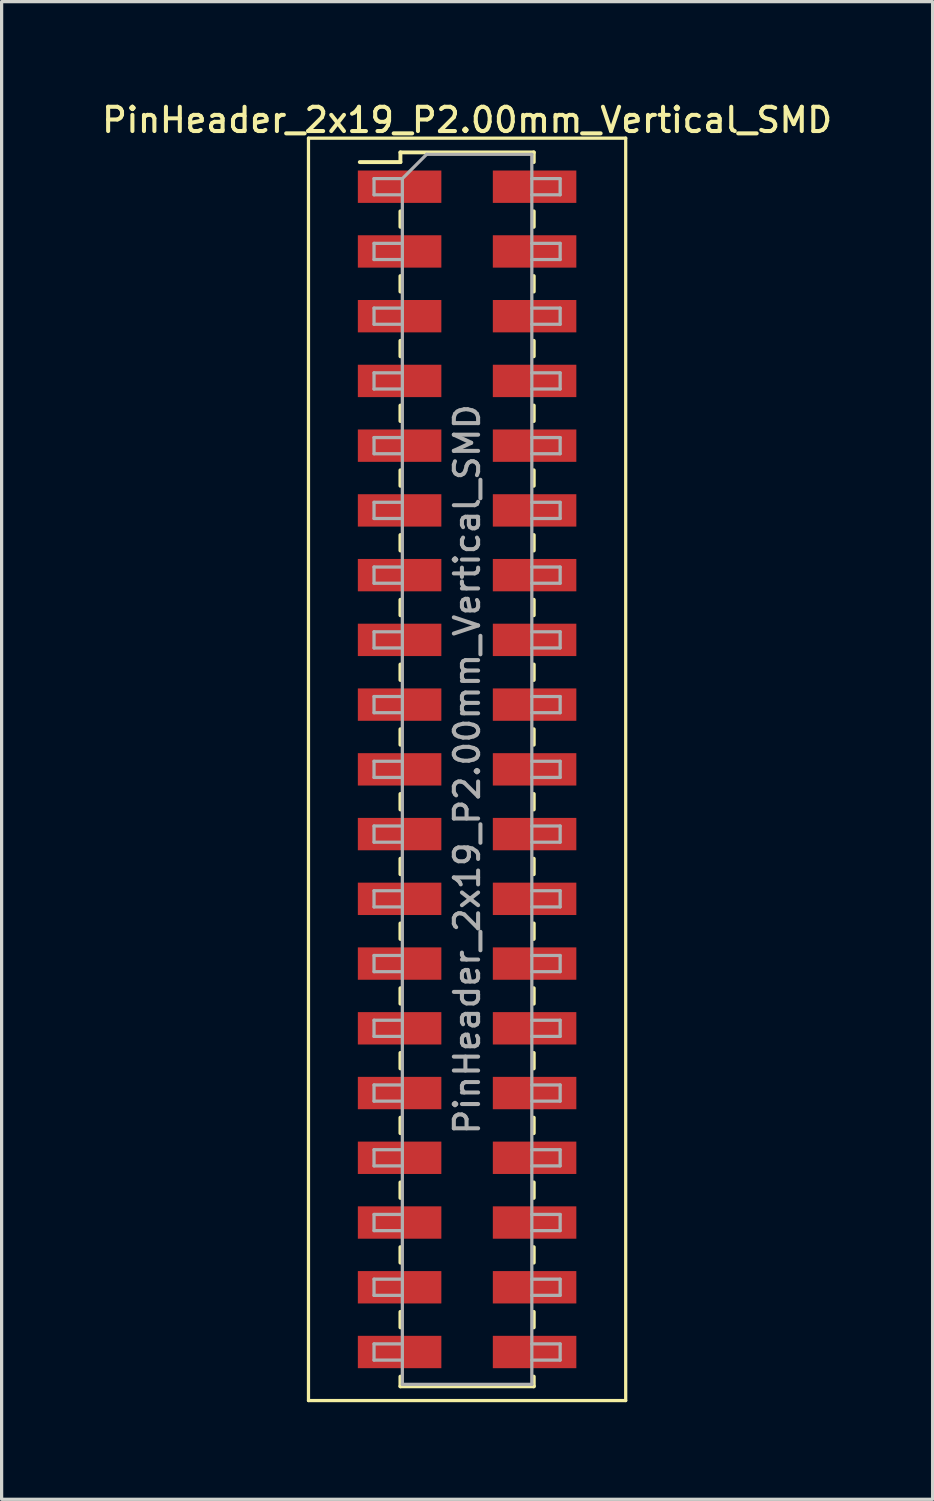
<source format=kicad_pcb>
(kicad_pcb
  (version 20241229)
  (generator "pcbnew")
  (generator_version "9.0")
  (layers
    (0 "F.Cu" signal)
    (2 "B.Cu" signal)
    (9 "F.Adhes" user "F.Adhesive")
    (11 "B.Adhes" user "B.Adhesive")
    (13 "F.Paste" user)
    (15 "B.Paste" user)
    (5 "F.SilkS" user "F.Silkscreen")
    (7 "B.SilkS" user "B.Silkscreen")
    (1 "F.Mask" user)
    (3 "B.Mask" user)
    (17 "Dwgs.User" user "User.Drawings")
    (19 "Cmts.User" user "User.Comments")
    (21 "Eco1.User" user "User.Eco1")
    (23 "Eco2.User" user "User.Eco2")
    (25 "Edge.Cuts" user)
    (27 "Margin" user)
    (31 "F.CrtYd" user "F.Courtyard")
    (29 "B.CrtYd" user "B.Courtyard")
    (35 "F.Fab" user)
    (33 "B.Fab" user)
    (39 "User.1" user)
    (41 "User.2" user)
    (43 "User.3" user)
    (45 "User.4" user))
  (footprint "PinHeader_2x19_P2.00mm_Vertical_SMD"
    (layer "F.Cu")
    (at 11.38 20.718)
    (property "Reference" "PinHeader_2x19_P2.00mm_Vertical_SMD" (at 0 -20.06 0) (layer "F.SilkS") (effects (font (size 0.75 0.75) (thickness 0.125))))
    (attr smd)
    (fp_line (start -4.9 -19.5) (end -4.9 19.5) (stroke (width 0.1) (type solid)) (layer "F.SilkS"))
    (fp_line (start -4.9 19.5) (end 4.9 19.5) (stroke (width 0.1) (type solid)) (layer "F.SilkS"))
    (fp_line (start -3.315 -18.76) (end -2.06 -18.76) (stroke (width 0.12) (type solid)) (layer "F.SilkS"))
    (fp_line (start -2.06 -19.06) (end -2.06 -18.76) (stroke (width 0.12) (type solid)) (layer "F.SilkS"))
    (fp_line (start -2.06 -19.06) (end 2.06 -19.06) (stroke (width 0.12) (type solid)) (layer "F.SilkS"))
    (fp_line (start -2.06 -17.24) (end -2.06 -16.76) (stroke (width 0.12) (type solid)) (layer "F.SilkS"))
    (fp_line (start -2.06 -15.24) (end -2.06 -14.76) (stroke (width 0.12) (type solid)) (layer "F.SilkS"))
    (fp_line (start -2.06 -13.24) (end -2.06 -12.76) (stroke (width 0.12) (type solid)) (layer "F.SilkS"))
    (fp_line (start -2.06 -11.24) (end -2.06 -10.76) (stroke (width 0.12) (type solid)) (layer "F.SilkS"))
    (fp_line (start -2.06 -9.24) (end -2.06 -8.76) (stroke (width 0.12) (type solid)) (layer "F.SilkS"))
    (fp_line (start -2.06 -7.24) (end -2.06 -6.76) (stroke (width 0.12) (type solid)) (layer "F.SilkS"))
    (fp_line (start -2.06 -5.24) (end -2.06 -4.76) (stroke (width 0.12) (type solid)) (layer "F.SilkS"))
    (fp_line (start -2.06 -3.24) (end -2.06 -2.76) (stroke (width 0.12) (type solid)) (layer "F.SilkS"))
    (fp_line (start -2.06 -1.24) (end -2.06 -0.76) (stroke (width 0.12) (type solid)) (layer "F.SilkS"))
    (fp_line (start -2.06 0.76) (end -2.06 1.24) (stroke (width 0.12) (type solid)) (layer "F.SilkS"))
    (fp_line (start -2.06 2.76) (end -2.06 3.24) (stroke (width 0.12) (type solid)) (layer "F.SilkS"))
    (fp_line (start -2.06 4.76) (end -2.06 5.24) (stroke (width 0.12) (type solid)) (layer "F.SilkS"))
    (fp_line (start -2.06 6.76) (end -2.06 7.24) (stroke (width 0.12) (type solid)) (layer "F.SilkS"))
    (fp_line (start -2.06 8.76) (end -2.06 9.24) (stroke (width 0.12) (type solid)) (layer "F.SilkS"))
    (fp_line (start -2.06 10.76) (end -2.06 11.24) (stroke (width 0.12) (type solid)) (layer "F.SilkS"))
    (fp_line (start -2.06 12.76) (end -2.06 13.24) (stroke (width 0.12) (type solid)) (layer "F.SilkS"))
    (fp_line (start -2.06 14.76) (end -2.06 15.24) (stroke (width 0.12) (type solid)) (layer "F.SilkS"))
    (fp_line (start -2.06 16.76) (end -2.06 17.24) (stroke (width 0.12) (type solid)) (layer "F.SilkS"))
    (fp_line (start -2.06 18.76) (end -2.06 19.06) (stroke (width 0.12) (type solid)) (layer "F.SilkS"))
    (fp_line (start -2.06 19.06) (end 2.06 19.06) (stroke (width 0.12) (type solid)) (layer "F.SilkS"))
    (fp_line (start 2.06 -19.06) (end 2.06 -18.76) (stroke (width 0.12) (type solid)) (layer "F.SilkS"))
    (fp_line (start 2.06 -17.24) (end 2.06 -16.76) (stroke (width 0.12) (type solid)) (layer "F.SilkS"))
    (fp_line (start 2.06 -15.24) (end 2.06 -14.76) (stroke (width 0.12) (type solid)) (layer "F.SilkS"))
    (fp_line (start 2.06 -13.24) (end 2.06 -12.76) (stroke (width 0.12) (type solid)) (layer "F.SilkS"))
    (fp_line (start 2.06 -11.24) (end 2.06 -10.76) (stroke (width 0.12) (type solid)) (layer "F.SilkS"))
    (fp_line (start 2.06 -9.24) (end 2.06 -8.76) (stroke (width 0.12) (type solid)) (layer "F.SilkS"))
    (fp_line (start 2.06 -7.24) (end 2.06 -6.76) (stroke (width 0.12) (type solid)) (layer "F.SilkS"))
    (fp_line (start 2.06 -5.24) (end 2.06 -4.76) (stroke (width 0.12) (type solid)) (layer "F.SilkS"))
    (fp_line (start 2.06 -3.24) (end 2.06 -2.76) (stroke (width 0.12) (type solid)) (layer "F.SilkS"))
    (fp_line (start 2.06 -1.24) (end 2.06 -0.76) (stroke (width 0.12) (type solid)) (layer "F.SilkS"))
    (fp_line (start 2.06 0.76) (end 2.06 1.24) (stroke (width 0.12) (type solid)) (layer "F.SilkS"))
    (fp_line (start 2.06 2.76) (end 2.06 3.24) (stroke (width 0.12) (type solid)) (layer "F.SilkS"))
    (fp_line (start 2.06 4.76) (end 2.06 5.24) (stroke (width 0.12) (type solid)) (layer "F.SilkS"))
    (fp_line (start 2.06 6.76) (end 2.06 7.24) (stroke (width 0.12) (type solid)) (layer "F.SilkS"))
    (fp_line (start 2.06 8.76) (end 2.06 9.24) (stroke (width 0.12) (type solid)) (layer "F.SilkS"))
    (fp_line (start 2.06 10.76) (end 2.06 11.24) (stroke (width 0.12) (type solid)) (layer "F.SilkS"))
    (fp_line (start 2.06 12.76) (end 2.06 13.24) (stroke (width 0.12) (type solid)) (layer "F.SilkS"))
    (fp_line (start 2.06 14.76) (end 2.06 15.24) (stroke (width 0.12) (type solid)) (layer "F.SilkS"))
    (fp_line (start 2.06 16.76) (end 2.06 17.24) (stroke (width 0.12) (type solid)) (layer "F.SilkS"))
    (fp_line (start 2.06 18.76) (end 2.06 19.06) (stroke (width 0.12) (type solid)) (layer "F.SilkS"))
    (fp_line (start 4.9 -19.5) (end -4.9 -19.5) (stroke (width 0.1) (type solid)) (layer "F.SilkS"))
    (fp_line (start 4.9 19.5) (end 4.9 -19.5) (stroke (width 0.1) (type solid)) (layer "F.SilkS"))
    (fp_line (start -2.875 -18.25) (end -2.875 -17.75) (stroke (width 0.1) (type solid)) (layer "F.Fab"))
    (fp_line (start -2.875 -17.75) (end -2 -17.75) (stroke (width 0.1) (type solid)) (layer "F.Fab"))
    (fp_line (start -2.875 -16.25) (end -2.875 -15.75) (stroke (width 0.1) (type solid)) (layer "F.Fab"))
    (fp_line (start -2.875 -15.75) (end -2 -15.75) (stroke (width 0.1) (type solid)) (layer "F.Fab"))
    (fp_line (start -2.875 -14.25) (end -2.875 -13.75) (stroke (width 0.1) (type solid)) (layer "F.Fab"))
    (fp_line (start -2.875 -13.75) (end -2 -13.75) (stroke (width 0.1) (type solid)) (layer "F.Fab"))
    (fp_line (start -2.875 -12.25) (end -2.875 -11.75) (stroke (width 0.1) (type solid)) (layer "F.Fab"))
    (fp_line (start -2.875 -11.75) (end -2 -11.75) (stroke (width 0.1) (type solid)) (layer "F.Fab"))
    (fp_line (start -2.875 -10.25) (end -2.875 -9.75) (stroke (width 0.1) (type solid)) (layer "F.Fab"))
    (fp_line (start -2.875 -9.75) (end -2 -9.75) (stroke (width 0.1) (type solid)) (layer "F.Fab"))
    (fp_line (start -2.875 -8.25) (end -2.875 -7.75) (stroke (width 0.1) (type solid)) (layer "F.Fab"))
    (fp_line (start -2.875 -7.75) (end -2 -7.75) (stroke (width 0.1) (type solid)) (layer "F.Fab"))
    (fp_line (start -2.875 -6.25) (end -2.875 -5.75) (stroke (width 0.1) (type solid)) (layer "F.Fab"))
    (fp_line (start -2.875 -5.75) (end -2 -5.75) (stroke (width 0.1) (type solid)) (layer "F.Fab"))
    (fp_line (start -2.875 -4.25) (end -2.875 -3.75) (stroke (width 0.1) (type solid)) (layer "F.Fab"))
    (fp_line (start -2.875 -3.75) (end -2 -3.75) (stroke (width 0.1) (type solid)) (layer "F.Fab"))
    (fp_line (start -2.875 -2.25) (end -2.875 -1.75) (stroke (width 0.1) (type solid)) (layer "F.Fab"))
    (fp_line (start -2.875 -1.75) (end -2 -1.75) (stroke (width 0.1) (type solid)) (layer "F.Fab"))
    (fp_line (start -2.875 -0.25) (end -2.875 0.25) (stroke (width 0.1) (type solid)) (layer "F.Fab"))
    (fp_line (start -2.875 0.25) (end -2 0.25) (stroke (width 0.1) (type solid)) (layer "F.Fab"))
    (fp_line (start -2.875 1.75) (end -2.875 2.25) (stroke (width 0.1) (type solid)) (layer "F.Fab"))
    (fp_line (start -2.875 2.25) (end -2 2.25) (stroke (width 0.1) (type solid)) (layer "F.Fab"))
    (fp_line (start -2.875 3.75) (end -2.875 4.25) (stroke (width 0.1) (type solid)) (layer "F.Fab"))
    (fp_line (start -2.875 4.25) (end -2 4.25) (stroke (width 0.1) (type solid)) (layer "F.Fab"))
    (fp_line (start -2.875 5.75) (end -2.875 6.25) (stroke (width 0.1) (type solid)) (layer "F.Fab"))
    (fp_line (start -2.875 6.25) (end -2 6.25) (stroke (width 0.1) (type solid)) (layer "F.Fab"))
    (fp_line (start -2.875 7.75) (end -2.875 8.25) (stroke (width 0.1) (type solid)) (layer "F.Fab"))
    (fp_line (start -2.875 8.25) (end -2 8.25) (stroke (width 0.1) (type solid)) (layer "F.Fab"))
    (fp_line (start -2.875 9.75) (end -2.875 10.25) (stroke (width 0.1) (type solid)) (layer "F.Fab"))
    (fp_line (start -2.875 10.25) (end -2 10.25) (stroke (width 0.1) (type solid)) (layer "F.Fab"))
    (fp_line (start -2.875 11.75) (end -2.875 12.25) (stroke (width 0.1) (type solid)) (layer "F.Fab"))
    (fp_line (start -2.875 12.25) (end -2 12.25) (stroke (width 0.1) (type solid)) (layer "F.Fab"))
    (fp_line (start -2.875 13.75) (end -2.875 14.25) (stroke (width 0.1) (type solid)) (layer "F.Fab"))
    (fp_line (start -2.875 14.25) (end -2 14.25) (stroke (width 0.1) (type solid)) (layer "F.Fab"))
    (fp_line (start -2.875 15.75) (end -2.875 16.25) (stroke (width 0.1) (type solid)) (layer "F.Fab"))
    (fp_line (start -2.875 16.25) (end -2 16.25) (stroke (width 0.1) (type solid)) (layer "F.Fab"))
    (fp_line (start -2.875 17.75) (end -2.875 18.25) (stroke (width 0.1) (type solid)) (layer "F.Fab"))
    (fp_line (start -2.875 18.25) (end -2 18.25) (stroke (width 0.1) (type solid)) (layer "F.Fab"))
    (fp_line (start -2 -18.25) (end -2.875 -18.25) (stroke (width 0.1) (type solid)) (layer "F.Fab"))
    (fp_line (start -2 -18.25) (end -1.25 -19) (stroke (width 0.1) (type solid)) (layer "F.Fab"))
    (fp_line (start -2 -16.25) (end -2.875 -16.25) (stroke (width 0.1) (type solid)) (layer "F.Fab"))
    (fp_line (start -2 -14.25) (end -2.875 -14.25) (stroke (width 0.1) (type solid)) (layer "F.Fab"))
    (fp_line (start -2 -12.25) (end -2.875 -12.25) (stroke (width 0.1) (type solid)) (layer "F.Fab"))
    (fp_line (start -2 -10.25) (end -2.875 -10.25) (stroke (width 0.1) (type solid)) (layer "F.Fab"))
    (fp_line (start -2 -8.25) (end -2.875 -8.25) (stroke (width 0.1) (type solid)) (layer "F.Fab"))
    (fp_line (start -2 -6.25) (end -2.875 -6.25) (stroke (width 0.1) (type solid)) (layer "F.Fab"))
    (fp_line (start -2 -4.25) (end -2.875 -4.25) (stroke (width 0.1) (type solid)) (layer "F.Fab"))
    (fp_line (start -2 -2.25) (end -2.875 -2.25) (stroke (width 0.1) (type solid)) (layer "F.Fab"))
    (fp_line (start -2 -0.25) (end -2.875 -0.25) (stroke (width 0.1) (type solid)) (layer "F.Fab"))
    (fp_line (start -2 1.75) (end -2.875 1.75) (stroke (width 0.1) (type solid)) (layer "F.Fab"))
    (fp_line (start -2 3.75) (end -2.875 3.75) (stroke (width 0.1) (type solid)) (layer "F.Fab"))
    (fp_line (start -2 5.75) (end -2.875 5.75) (stroke (width 0.1) (type solid)) (layer "F.Fab"))
    (fp_line (start -2 7.75) (end -2.875 7.75) (stroke (width 0.1) (type solid)) (layer "F.Fab"))
    (fp_line (start -2 9.75) (end -2.875 9.75) (stroke (width 0.1) (type solid)) (layer "F.Fab"))
    (fp_line (start -2 11.75) (end -2.875 11.75) (stroke (width 0.1) (type solid)) (layer "F.Fab"))
    (fp_line (start -2 13.75) (end -2.875 13.75) (stroke (width 0.1) (type solid)) (layer "F.Fab"))
    (fp_line (start -2 15.75) (end -2.875 15.75) (stroke (width 0.1) (type solid)) (layer "F.Fab"))
    (fp_line (start -2 17.75) (end -2.875 17.75) (stroke (width 0.1) (type solid)) (layer "F.Fab"))
    (fp_line (start -2 19) (end -2 -18.25) (stroke (width 0.1) (type solid)) (layer "F.Fab"))
    (fp_line (start -1.25 -19) (end 2 -19) (stroke (width 0.1) (type solid)) (layer "F.Fab"))
    (fp_line (start 2 -19) (end 2 19) (stroke (width 0.1) (type solid)) (layer "F.Fab"))
    (fp_line (start 2 -18.25) (end 2.875 -18.25) (stroke (width 0.1) (type solid)) (layer "F.Fab"))
    (fp_line (start 2 -16.25) (end 2.875 -16.25) (stroke (width 0.1) (type solid)) (layer "F.Fab"))
    (fp_line (start 2 -14.25) (end 2.875 -14.25) (stroke (width 0.1) (type solid)) (layer "F.Fab"))
    (fp_line (start 2 -12.25) (end 2.875 -12.25) (stroke (width 0.1) (type solid)) (layer "F.Fab"))
    (fp_line (start 2 -10.25) (end 2.875 -10.25) (stroke (width 0.1) (type solid)) (layer "F.Fab"))
    (fp_line (start 2 -8.25) (end 2.875 -8.25) (stroke (width 0.1) (type solid)) (layer "F.Fab"))
    (fp_line (start 2 -6.25) (end 2.875 -6.25) (stroke (width 0.1) (type solid)) (layer "F.Fab"))
    (fp_line (start 2 -4.25) (end 2.875 -4.25) (stroke (width 0.1) (type solid)) (layer "F.Fab"))
    (fp_line (start 2 -2.25) (end 2.875 -2.25) (stroke (width 0.1) (type solid)) (layer "F.Fab"))
    (fp_line (start 2 -0.25) (end 2.875 -0.25) (stroke (width 0.1) (type solid)) (layer "F.Fab"))
    (fp_line (start 2 1.75) (end 2.875 1.75) (stroke (width 0.1) (type solid)) (layer "F.Fab"))
    (fp_line (start 2 3.75) (end 2.875 3.75) (stroke (width 0.1) (type solid)) (layer "F.Fab"))
    (fp_line (start 2 5.75) (end 2.875 5.75) (stroke (width 0.1) (type solid)) (layer "F.Fab"))
    (fp_line (start 2 7.75) (end 2.875 7.75) (stroke (width 0.1) (type solid)) (layer "F.Fab"))
    (fp_line (start 2 9.75) (end 2.875 9.75) (stroke (width 0.1) (type solid)) (layer "F.Fab"))
    (fp_line (start 2 11.75) (end 2.875 11.75) (stroke (width 0.1) (type solid)) (layer "F.Fab"))
    (fp_line (start 2 13.75) (end 2.875 13.75) (stroke (width 0.1) (type solid)) (layer "F.Fab"))
    (fp_line (start 2 15.75) (end 2.875 15.75) (stroke (width 0.1) (type solid)) (layer "F.Fab"))
    (fp_line (start 2 17.75) (end 2.875 17.75) (stroke (width 0.1) (type solid)) (layer "F.Fab"))
    (fp_line (start 2 19) (end -2 19) (stroke (width 0.1) (type solid)) (layer "F.Fab"))
    (fp_line (start 2.875 -18.25) (end 2.875 -17.75) (stroke (width 0.1) (type solid)) (layer "F.Fab"))
    (fp_line (start 2.875 -17.75) (end 2 -17.75) (stroke (width 0.1) (type solid)) (layer "F.Fab"))
    (fp_line (start 2.875 -16.25) (end 2.875 -15.75) (stroke (width 0.1) (type solid)) (layer "F.Fab"))
    (fp_line (start 2.875 -15.75) (end 2 -15.75) (stroke (width 0.1) (type solid)) (layer "F.Fab"))
    (fp_line (start 2.875 -14.25) (end 2.875 -13.75) (stroke (width 0.1) (type solid)) (layer "F.Fab"))
    (fp_line (start 2.875 -13.75) (end 2 -13.75) (stroke (width 0.1) (type solid)) (layer "F.Fab"))
    (fp_line (start 2.875 -12.25) (end 2.875 -11.75) (stroke (width 0.1) (type solid)) (layer "F.Fab"))
    (fp_line (start 2.875 -11.75) (end 2 -11.75) (stroke (width 0.1) (type solid)) (layer "F.Fab"))
    (fp_line (start 2.875 -10.25) (end 2.875 -9.75) (stroke (width 0.1) (type solid)) (layer "F.Fab"))
    (fp_line (start 2.875 -9.75) (end 2 -9.75) (stroke (width 0.1) (type solid)) (layer "F.Fab"))
    (fp_line (start 2.875 -8.25) (end 2.875 -7.75) (stroke (width 0.1) (type solid)) (layer "F.Fab"))
    (fp_line (start 2.875 -7.75) (end 2 -7.75) (stroke (width 0.1) (type solid)) (layer "F.Fab"))
    (fp_line (start 2.875 -6.25) (end 2.875 -5.75) (stroke (width 0.1) (type solid)) (layer "F.Fab"))
    (fp_line (start 2.875 -5.75) (end 2 -5.75) (stroke (width 0.1) (type solid)) (layer "F.Fab"))
    (fp_line (start 2.875 -4.25) (end 2.875 -3.75) (stroke (width 0.1) (type solid)) (layer "F.Fab"))
    (fp_line (start 2.875 -3.75) (end 2 -3.75) (stroke (width 0.1) (type solid)) (layer "F.Fab"))
    (fp_line (start 2.875 -2.25) (end 2.875 -1.75) (stroke (width 0.1) (type solid)) (layer "F.Fab"))
    (fp_line (start 2.875 -1.75) (end 2 -1.75) (stroke (width 0.1) (type solid)) (layer "F.Fab"))
    (fp_line (start 2.875 -0.25) (end 2.875 0.25) (stroke (width 0.1) (type solid)) (layer "F.Fab"))
    (fp_line (start 2.875 0.25) (end 2 0.25) (stroke (width 0.1) (type solid)) (layer "F.Fab"))
    (fp_line (start 2.875 1.75) (end 2.875 2.25) (stroke (width 0.1) (type solid)) (layer "F.Fab"))
    (fp_line (start 2.875 2.25) (end 2 2.25) (stroke (width 0.1) (type solid)) (layer "F.Fab"))
    (fp_line (start 2.875 3.75) (end 2.875 4.25) (stroke (width 0.1) (type solid)) (layer "F.Fab"))
    (fp_line (start 2.875 4.25) (end 2 4.25) (stroke (width 0.1) (type solid)) (layer "F.Fab"))
    (fp_line (start 2.875 5.75) (end 2.875 6.25) (stroke (width 0.1) (type solid)) (layer "F.Fab"))
    (fp_line (start 2.875 6.25) (end 2 6.25) (stroke (width 0.1) (type solid)) (layer "F.Fab"))
    (fp_line (start 2.875 7.75) (end 2.875 8.25) (stroke (width 0.1) (type solid)) (layer "F.Fab"))
    (fp_line (start 2.875 8.25) (end 2 8.25) (stroke (width 0.1) (type solid)) (layer "F.Fab"))
    (fp_line (start 2.875 9.75) (end 2.875 10.25) (stroke (width 0.1) (type solid)) (layer "F.Fab"))
    (fp_line (start 2.875 10.25) (end 2 10.25) (stroke (width 0.1) (type solid)) (layer "F.Fab"))
    (fp_line (start 2.875 11.75) (end 2.875 12.25) (stroke (width 0.1) (type solid)) (layer "F.Fab"))
    (fp_line (start 2.875 12.25) (end 2 12.25) (stroke (width 0.1) (type solid)) (layer "F.Fab"))
    (fp_line (start 2.875 13.75) (end 2.875 14.25) (stroke (width 0.1) (type solid)) (layer "F.Fab"))
    (fp_line (start 2.875 14.25) (end 2 14.25) (stroke (width 0.1) (type solid)) (layer "F.Fab"))
    (fp_line (start 2.875 15.75) (end 2.875 16.25) (stroke (width 0.1) (type solid)) (layer "F.Fab"))
    (fp_line (start 2.875 16.25) (end 2 16.25) (stroke (width 0.1) (type solid)) (layer "F.Fab"))
    (fp_line (start 2.875 17.75) (end 2.875 18.25) (stroke (width 0.1) (type solid)) (layer "F.Fab"))
    (fp_line (start 2.875 18.25) (end 2 18.25) (stroke (width 0.1) (type solid)) (layer "F.Fab"))
    (fp_text user "${REFERENCE}" (at 0 0 90) (layer "F.Fab") (effects (font (size 0.75 0.75) (thickness 0.125))))
    (pad "1" smd rect (at -2.085 -18) (size 2.58 1) (layers "F.Cu" "F.Mask" "F.Paste"))
    (pad "2" smd rect (at 2.085 -18) (size 2.58 1) (layers "F.Cu" "F.Mask" "F.Paste"))
    (pad "3" smd rect (at -2.085 -16) (size 2.58 1) (layers "F.Cu" "F.Mask" "F.Paste"))
    (pad "4" smd rect (at 2.085 -16) (size 2.58 1) (layers "F.Cu" "F.Mask" "F.Paste"))
    (pad "5" smd rect (at -2.085 -14) (size 2.58 1) (layers "F.Cu" "F.Mask" "F.Paste"))
    (pad "6" smd rect (at 2.085 -14) (size 2.58 1) (layers "F.Cu" "F.Mask" "F.Paste"))
    (pad "7" smd rect (at -2.085 -12) (size 2.58 1) (layers "F.Cu" "F.Mask" "F.Paste"))
    (pad "8" smd rect (at 2.085 -12) (size 2.58 1) (layers "F.Cu" "F.Mask" "F.Paste"))
    (pad "9" smd rect (at -2.085 -10) (size 2.58 1) (layers "F.Cu" "F.Mask" "F.Paste"))
    (pad "10" smd rect (at 2.085 -10) (size 2.58 1) (layers "F.Cu" "F.Mask" "F.Paste"))
    (pad "11" smd rect (at -2.085 -8) (size 2.58 1) (layers "F.Cu" "F.Mask" "F.Paste"))
    (pad "12" smd rect (at 2.085 -8) (size 2.58 1) (layers "F.Cu" "F.Mask" "F.Paste"))
    (pad "13" smd rect (at -2.085 -6) (size 2.58 1) (layers "F.Cu" "F.Mask" "F.Paste"))
    (pad "14" smd rect (at 2.085 -6) (size 2.58 1) (layers "F.Cu" "F.Mask" "F.Paste"))
    (pad "15" smd rect (at -2.085 -4) (size 2.58 1) (layers "F.Cu" "F.Mask" "F.Paste"))
    (pad "16" smd rect (at 2.085 -4) (size 2.58 1) (layers "F.Cu" "F.Mask" "F.Paste"))
    (pad "17" smd rect (at -2.085 -2) (size 2.58 1) (layers "F.Cu" "F.Mask" "F.Paste"))
    (pad "18" smd rect (at 2.085 -2) (size 2.58 1) (layers "F.Cu" "F.Mask" "F.Paste"))
    (pad "19" smd rect (at -2.085 0) (size 2.58 1) (layers "F.Cu" "F.Mask" "F.Paste"))
    (pad "20" smd rect (at 2.085 0) (size 2.58 1) (layers "F.Cu" "F.Mask" "F.Paste"))
    (pad "21" smd rect (at -2.085 2) (size 2.58 1) (layers "F.Cu" "F.Mask" "F.Paste"))
    (pad "22" smd rect (at 2.085 2) (size 2.58 1) (layers "F.Cu" "F.Mask" "F.Paste"))
    (pad "23" smd rect (at -2.085 4) (size 2.58 1) (layers "F.Cu" "F.Mask" "F.Paste"))
    (pad "24" smd rect (at 2.085 4) (size 2.58 1) (layers "F.Cu" "F.Mask" "F.Paste"))
    (pad "25" smd rect (at -2.085 6) (size 2.58 1) (layers "F.Cu" "F.Mask" "F.Paste"))
    (pad "26" smd rect (at 2.085 6) (size 2.58 1) (layers "F.Cu" "F.Mask" "F.Paste"))
    (pad "27" smd rect (at -2.085 8) (size 2.58 1) (layers "F.Cu" "F.Mask" "F.Paste"))
    (pad "28" smd rect (at 2.085 8) (size 2.58 1) (layers "F.Cu" "F.Mask" "F.Paste"))
    (pad "29" smd rect (at -2.085 10) (size 2.58 1) (layers "F.Cu" "F.Mask" "F.Paste"))
    (pad "30" smd rect (at 2.085 10) (size 2.58 1) (layers "F.Cu" "F.Mask" "F.Paste"))
    (pad "31" smd rect (at -2.085 12) (size 2.58 1) (layers "F.Cu" "F.Mask" "F.Paste"))
    (pad "32" smd rect (at 2.085 12) (size 2.58 1) (layers "F.Cu" "F.Mask" "F.Paste"))
    (pad "33" smd rect (at -2.085 14) (size 2.58 1) (layers "F.Cu" "F.Mask" "F.Paste"))
    (pad "34" smd rect (at 2.085 14) (size 2.58 1) (layers "F.Cu" "F.Mask" "F.Paste"))
    (pad "35" smd rect (at -2.085 16) (size 2.58 1) (layers "F.Cu" "F.Mask" "F.Paste"))
    (pad "36" smd rect (at 2.085 16) (size 2.58 1) (layers "F.Cu" "F.Mask" "F.Paste"))
    (pad "37" smd rect (at -2.085 18) (size 2.58 1) (layers "F.Cu" "F.Mask" "F.Paste"))
    (pad "38" smd rect (at 2.085 18) (size 2.58 1) (layers "F.Cu" "F.Mask" "F.Paste")))
  (gr_rect
    (start -3 -3)
    (end 25.761 43.268)
    (stroke (width 0.1) (type default))
    (fill no)
    (layer "Edge.Cuts")))
</source>
